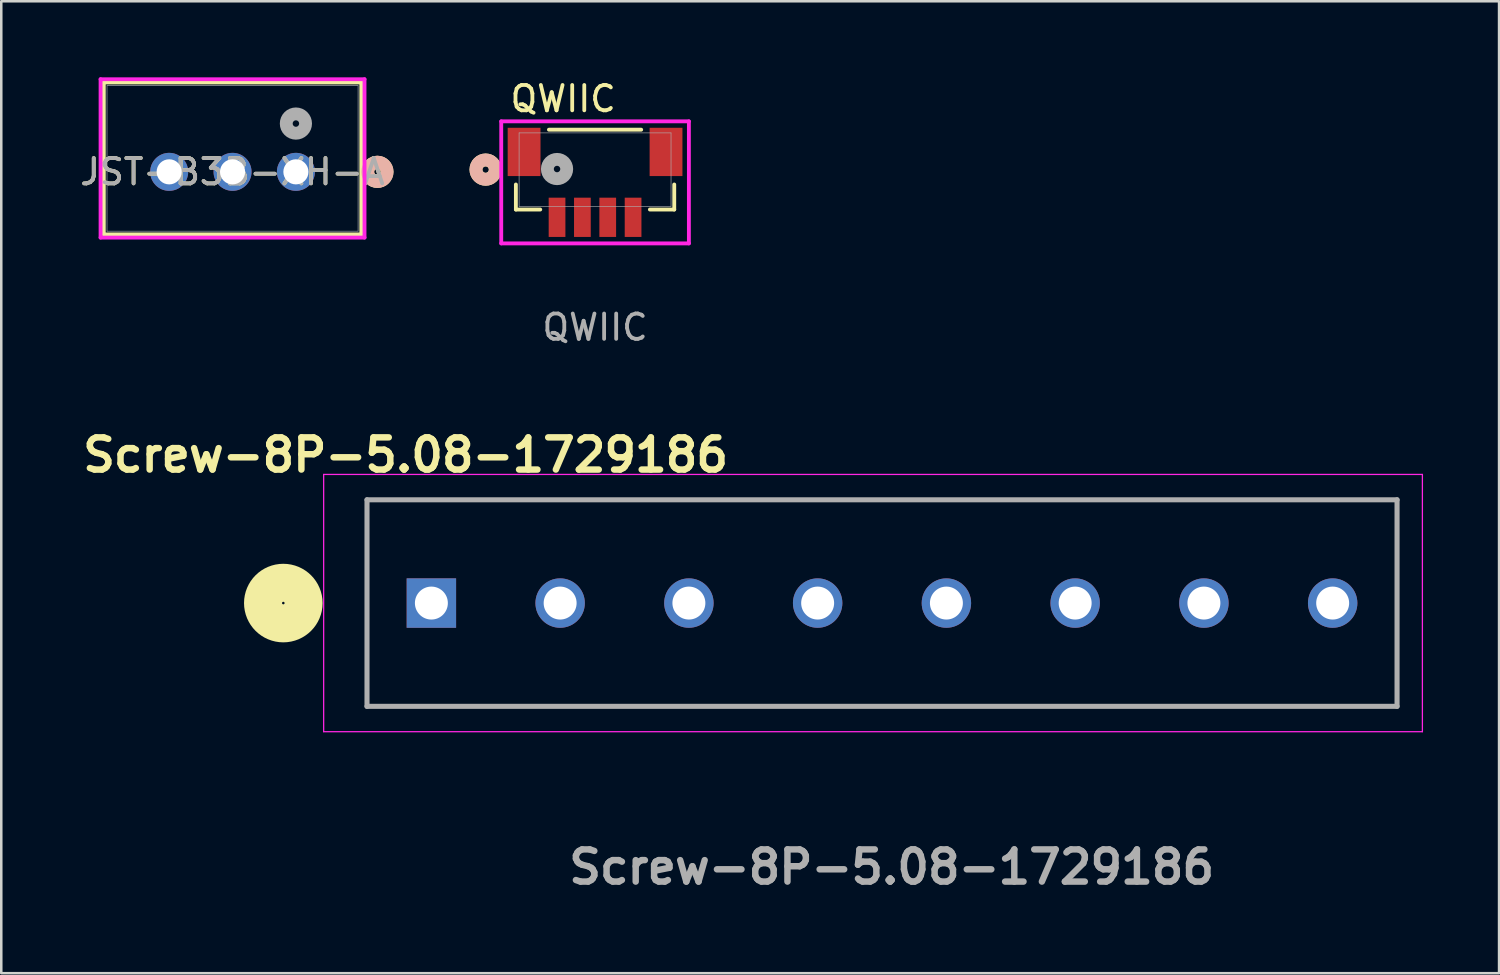
<source format=kicad_pcb>
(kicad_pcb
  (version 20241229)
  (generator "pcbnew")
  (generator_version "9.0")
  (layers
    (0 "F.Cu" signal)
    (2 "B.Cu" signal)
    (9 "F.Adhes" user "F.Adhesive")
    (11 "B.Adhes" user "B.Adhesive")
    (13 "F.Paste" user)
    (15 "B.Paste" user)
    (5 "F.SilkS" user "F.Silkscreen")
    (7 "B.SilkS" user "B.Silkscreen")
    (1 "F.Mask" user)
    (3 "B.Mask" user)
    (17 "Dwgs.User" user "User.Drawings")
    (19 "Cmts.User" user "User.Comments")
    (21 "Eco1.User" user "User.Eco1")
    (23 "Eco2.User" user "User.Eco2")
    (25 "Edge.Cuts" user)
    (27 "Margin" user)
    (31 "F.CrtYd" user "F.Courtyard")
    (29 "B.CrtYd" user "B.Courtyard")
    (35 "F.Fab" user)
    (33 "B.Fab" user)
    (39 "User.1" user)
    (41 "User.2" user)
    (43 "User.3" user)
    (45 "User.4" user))
  (footprint "JST-B3B-XH-A"
    (layer "F.Cu")
    (at 8.625 3.73)
    (property "Reference" "JST-B3B-XH-A" (at -2.5 0 0) (unlocked yes) (layer "F.SilkS") (effects (font (size 1 1) (thickness 0.15))))
    (attr through_hole)
    (fp_line (start -7.58 -3.527) (end -7.58 2.467) (stroke (width 0.152) (type solid)) (layer "F.SilkS"))
    (fp_line (start -7.58 2.467) (end 2.58 2.467) (stroke (width 0.152) (type solid)) (layer "F.SilkS"))
    (fp_line (start 2.58 -3.527) (end -7.58 -3.527) (stroke (width 0.152) (type solid)) (layer "F.SilkS"))
    (fp_line (start 2.58 2.467) (end 2.58 -3.527) (stroke (width 0.152) (type solid)) (layer "F.SilkS"))
    (fp_circle (center 3.215 0) (end 3.596 0) (stroke (width 0.508) (type solid)) (fill no) (layer "F.SilkS"))
    (fp_circle (center 3.215 0) (end 3.596 0) (stroke (width 0.508) (type solid)) (fill no) (layer "B.SilkS"))
    (fp_line (start -7.707 -3.654) (end -7.707 2.594) (stroke (width 0.152) (type solid)) (layer "F.CrtYd"))
    (fp_line (start -7.707 2.594) (end 2.707 2.594) (stroke (width 0.152) (type solid)) (layer "F.CrtYd"))
    (fp_line (start 2.707 -3.654) (end -7.707 -3.654) (stroke (width 0.152) (type solid)) (layer "F.CrtYd"))
    (fp_line (start 2.707 2.594) (end 2.707 -3.654) (stroke (width 0.152) (type solid)) (layer "F.CrtYd"))
    (fp_line (start -7.453 -3.4) (end -7.453 2.34) (stroke (width 0.025) (type solid)) (layer "F.Fab"))
    (fp_line (start -7.453 2.34) (end 2.453 2.34) (stroke (width 0.025) (type solid)) (layer "F.Fab"))
    (fp_line (start 2.453 -3.4) (end -7.453 -3.4) (stroke (width 0.025) (type solid)) (layer "F.Fab"))
    (fp_line (start 2.453 2.34) (end 2.453 -3.4) (stroke (width 0.025) (type solid)) (layer "F.Fab"))
    (fp_circle (center 0 -1.905) (end 0.381 -1.905) (stroke (width 0.508) (type solid)) (fill no) (layer "F.Fab"))
    (fp_text user "${REFERENCE}" (at -2.5 0 0) (unlocked yes) (layer "F.Fab") (effects (font (size 1 1) (thickness 0.15))))
    (pad "1" thru_hole circle (at 0 0) (size 1.499 1.499) (drill 0.991) (layers "*.Cu" "*.Mask"))
    (pad "2" thru_hole circle (at -2.5 0) (size 1.499 1.499) (drill 0.991) (layers "*.Cu" "*.Mask"))
    (pad "3" thru_hole circle (at -5 0) (size 1.499 1.499) (drill 0.991) (layers "*.Cu" "*.Mask")))
  (footprint "Screw-8P-5.08-1729186"
    (layer "F.Cu")
    (at 13.97 20.744)
    (property "Reference" "Screw-8P-5.08-1729186" (at -1.016 -5.842 0) (layer "F.SilkS") (effects (font (size 1.27 1.27) (thickness 0.254))))
    (attr through_hole)
    (fp_line (start -2.54 -4.075) (end 38.1 -4.075) (stroke (width 0.1) (type solid)) (layer "F.SilkS"))
    (fp_line (start -2.54 4.075) (end -2.54 -4.075) (stroke (width 0.1) (type solid)) (layer "F.SilkS"))
    (fp_line (start 38.1 -4.075) (end 38.1 4.075) (stroke (width 0.1) (type solid)) (layer "F.SilkS"))
    (fp_line (start 38.1 4.075) (end -2.54 4.075) (stroke (width 0.1) (type solid)) (layer "F.SilkS"))
    (fp_circle (center -5.842 0) (end -5.792 0) (stroke (width 1.5) (type solid)) (fill no) (layer "F.SilkS"))
    (fp_line (start -4.25 -5.075) (end 39.1 -5.075) (stroke (width 0.05) (type solid)) (layer "F.CrtYd"))
    (fp_line (start -4.25 5.075) (end -4.25 -5.075) (stroke (width 0.05) (type solid)) (layer "F.CrtYd"))
    (fp_line (start 39.1 -5.075) (end 39.1 5.075) (stroke (width 0.05) (type solid)) (layer "F.CrtYd"))
    (fp_line (start 39.1 5.075) (end -4.25 5.075) (stroke (width 0.05) (type solid)) (layer "F.CrtYd"))
    (fp_line (start -2.54 -4.075) (end 38.1 -4.075) (stroke (width 0.2) (type solid)) (layer "F.Fab"))
    (fp_line (start -2.54 4.075) (end -2.54 -4.075) (stroke (width 0.2) (type solid)) (layer "F.Fab"))
    (fp_line (start 38.1 -4.075) (end 38.1 4.075) (stroke (width 0.2) (type solid)) (layer "F.Fab"))
    (fp_line (start 38.1 4.075) (end -2.54 4.075) (stroke (width 0.2) (type solid)) (layer "F.Fab"))
    (fp_text user "${REFERENCE}" (at 18.161 10.414 0) (layer "F.Fab") (effects (font (size 1.27 1.27) (thickness 0.254))))
    (pad "1" thru_hole rect (at 0 0) (size 1.95 1.95) (drill 1.3) (layers "*.Cu" "*.Mask"))
    (pad "2" thru_hole circle (at 5.08 0) (size 1.95 1.95) (drill 1.3) (layers "*.Cu" "*.Mask"))
    (pad "3" thru_hole circle (at 10.16 0) (size 1.95 1.95) (drill 1.3) (layers "*.Cu" "*.Mask"))
    (pad "4" thru_hole circle (at 15.24 0) (size 1.95 1.95) (drill 1.3) (layers "*.Cu" "*.Mask"))
    (pad "5" thru_hole circle (at 20.32 0) (size 1.95 1.95) (drill 1.3) (layers "*.Cu" "*.Mask"))
    (pad "6" thru_hole circle (at 25.4 0) (size 1.95 1.95) (drill 1.3) (layers "*.Cu" "*.Mask"))
    (pad "7" thru_hole circle (at 30.48 0) (size 1.95 1.95) (drill 1.3) (layers "*.Cu" "*.Mask"))
    (pad "8" thru_hole circle (at 35.56 0) (size 1.95 1.95) (drill 1.3) (layers "*.Cu" "*.Mask")))
  (footprint "QWIIC"
    (layer "F.Cu")
    (at 20.428 3.642)
    (property "Reference" "QWIIC" (at -3.429 -2.794 0) (unlocked yes) (layer "F.SilkS") (effects (font (size 1 1) (thickness 0.15)) (justify left)))
    (attr smd)
    (fp_line (start -3.124 0.587) (end -3.124 1.575) (stroke (width 0.152) (type solid)) (layer "F.SilkS"))
    (fp_line (start -3.124 1.575) (end -2.163 1.575) (stroke (width 0.152) (type solid)) (layer "F.SilkS"))
    (fp_line (start 1.82 -1.575) (end -1.82 -1.575) (stroke (width 0.152) (type solid)) (layer "F.SilkS"))
    (fp_line (start 2.163 1.575) (end 3.124 1.575) (stroke (width 0.152) (type solid)) (layer "F.SilkS"))
    (fp_line (start 3.124 1.575) (end 3.124 0.587) (stroke (width 0.152) (type solid)) (layer "F.SilkS"))
    (fp_circle (center -4.318 0) (end -3.937 0) (stroke (width 0.508) (type solid)) (fill no) (layer "F.SilkS"))
    (fp_circle (center -4.318 0) (end -3.937 0) (stroke (width 0.508) (type solid)) (fill no) (layer "B.SilkS"))
    (fp_line (start -3.702 -1.904) (end -3.702 2.911) (stroke (width 0.152) (type solid)) (layer "F.CrtYd"))
    (fp_line (start -3.702 2.911) (end 3.702 2.911) (stroke (width 0.152) (type solid)) (layer "F.CrtYd"))
    (fp_line (start 3.702 -1.904) (end -3.702 -1.904) (stroke (width 0.152) (type solid)) (layer "F.CrtYd"))
    (fp_line (start 3.702 2.911) (end 3.702 -1.904) (stroke (width 0.152) (type solid)) (layer "F.CrtYd"))
    (fp_line (start -2.997 -1.448) (end -2.997 1.448) (stroke (width 0.025) (type solid)) (layer "F.Fab"))
    (fp_line (start -2.997 1.448) (end 2.997 1.448) (stroke (width 0.025) (type solid)) (layer "F.Fab"))
    (fp_line (start 2.997 -1.448) (end -2.997 -1.448) (stroke (width 0.025) (type solid)) (layer "F.Fab"))
    (fp_line (start 2.997 1.448) (end 2.997 -1.448) (stroke (width 0.025) (type solid)) (layer "F.Fab"))
    (fp_circle (center -1.5 -0.023) (end -1.119 -0.023) (stroke (width 0.508) (type solid)) (fill no) (layer "F.Fab"))
    (fp_text user "${REFERENCE}" (at 0 6.223 0) (unlocked yes) (layer "F.Fab") (effects (font (size 1 1) (thickness 0.15))))
    (pad "1" smd rect (at -1.5 1.882) (size 0.66 1.549) (layers "F.Cu" "F.Mask" "F.Paste"))
    (pad "2" smd rect (at -0.5 1.882) (size 0.66 1.549) (layers "F.Cu" "F.Mask" "F.Paste"))
    (pad "3" smd rect (at 0.5 1.882) (size 0.66 1.549) (layers "F.Cu" "F.Mask" "F.Paste"))
    (pad "4" smd rect (at 1.5 1.882) (size 0.66 1.549) (layers "F.Cu" "F.Mask" "F.Paste"))
    (pad "5" smd rect (at -2.8 -0.698) (size 1.295 1.905) (layers "F.Cu" "F.Mask" "F.Paste"))
    (pad "6" smd rect (at 2.8 -0.698) (size 1.295 1.905) (layers "F.Cu" "F.Mask" "F.Paste")))
  (gr_rect
    (start -3 -3)
    (end 56.095 35.347)
    (stroke (width 0.1) (type default))
    (fill no)
    (layer "Edge.Cuts")))
</source>
